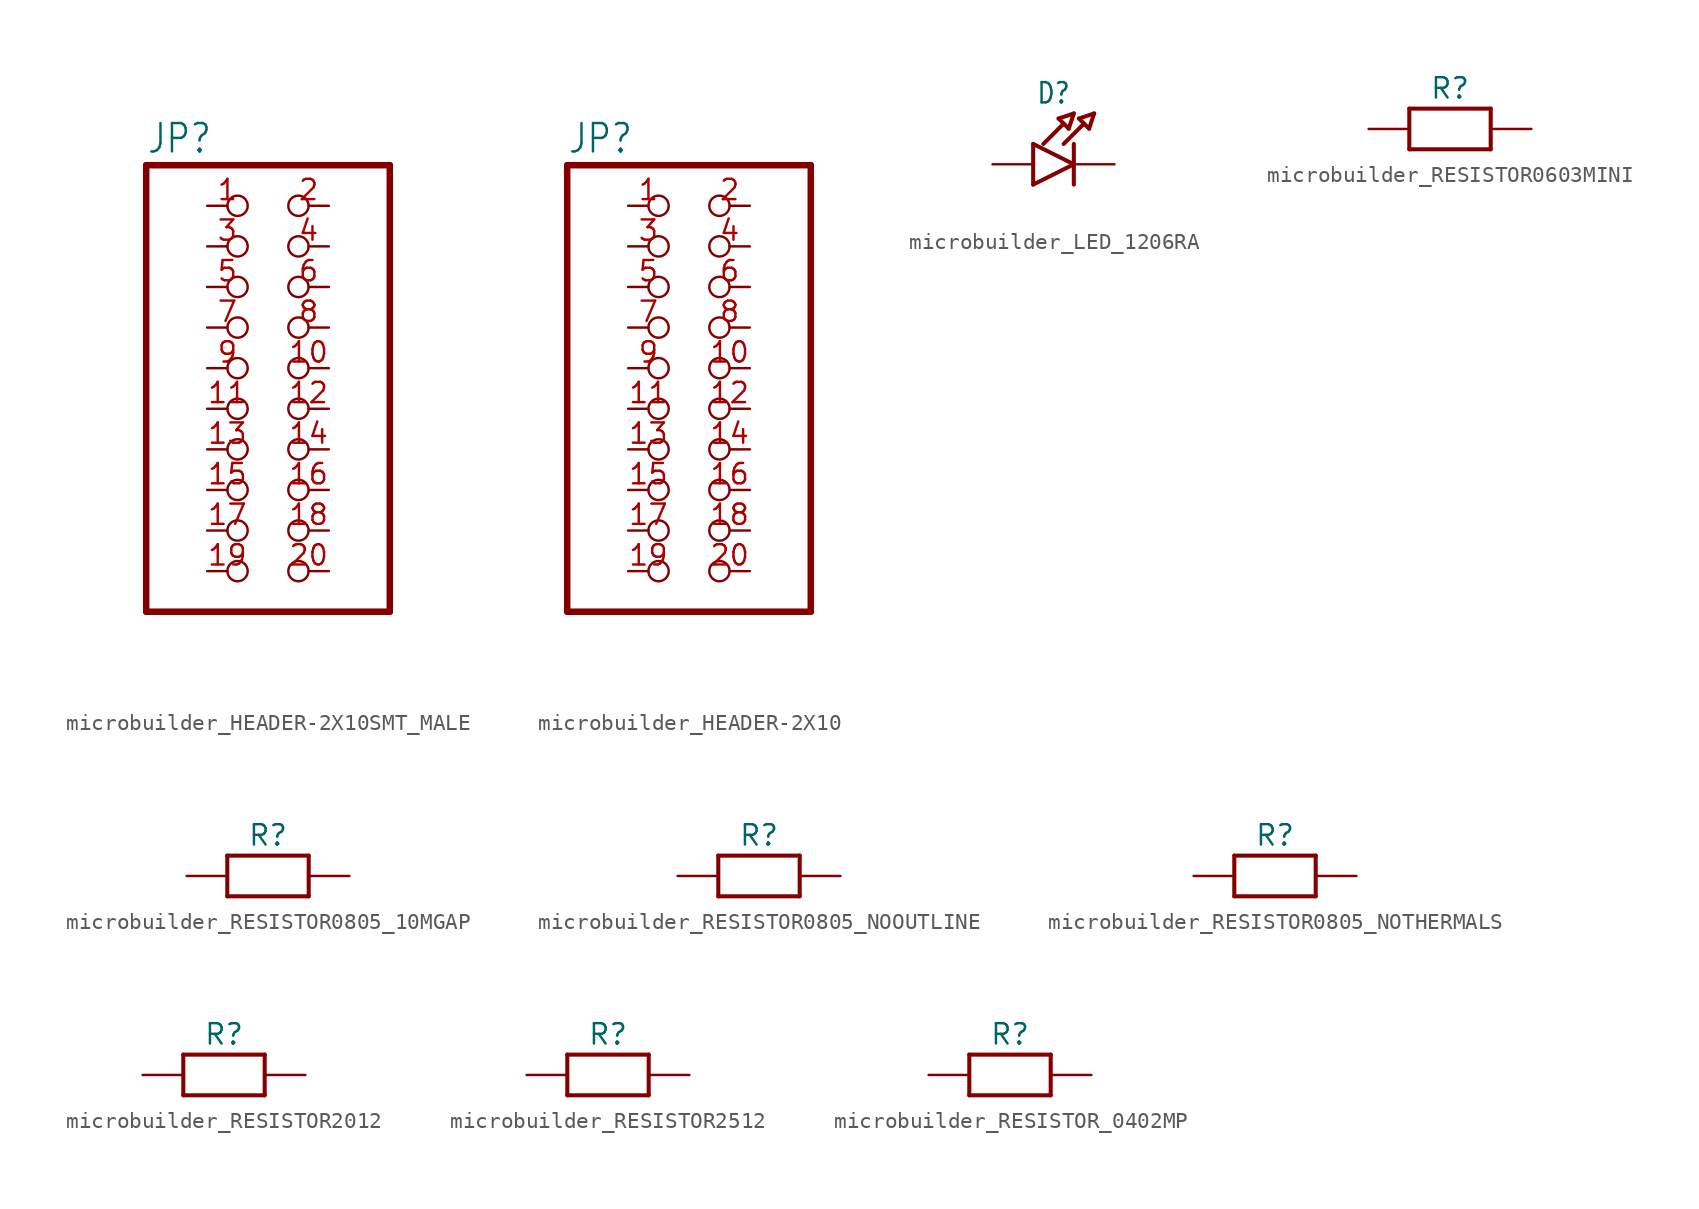
<source format=kicad_sym>
(kicad_symbol_lib
  (version 20231120)
  (generator "kicad_symbol_editor")
  (generator_version "8.0")
  (symbol "microbuilder_HEADER-2X10SMT_MALE"
    (property "Reference" "JP"
      (at -6.35 13.335 0)
      (effects (font (size 1.778 1.511)) (justify left bottom)))
    (property "Value" ""
      (at -6.35 -17.78 0)
      (effects (font (size 1.778 1.511)) (justify left bottom)))
    (property "ki_locked" ""
      (at 0 0 0)
      (effects (font (size 1.27 1.27))))
    (symbol "microbuilder_HEADER-2X10SMT_MALE_1_0"
      (polyline (pts (xy -6.35 -15.24) (xy 8.89 -15.24)) (stroke (width 0.406) (type solid)) (fill (type none)))
      (polyline (pts (xy -6.35 12.7) (xy -6.35 -15.24)) (stroke (width 0.406) (type solid)) (fill (type none)))
      (polyline (pts (xy 8.89 -15.24) (xy 8.89 12.7)) (stroke (width 0.406) (type solid)) (fill (type none)))
      (polyline (pts (xy 8.89 12.7) (xy -6.35 12.7)) (stroke (width 0.406) (type solid)) (fill (type none)))
      (pin passive inverted (at -2.54 10.16 0) (length 2.54) (name "1" (effects (font (size 0 0)))) (number "1" (effects (font (size 1.27 1.27)))))
      (pin passive inverted (at 5.08 0 180) (length 2.54) (name "10" (effects (font (size 0 0)))) (number "10" (effects (font (size 1.27 1.27)))))
      (pin passive inverted (at -2.54 -2.54 0) (length 2.54) (name "11" (effects (font (size 0 0)))) (number "11" (effects (font (size 1.27 1.27)))))
      (pin passive inverted (at 5.08 -2.54 180) (length 2.54) (name "12" (effects (font (size 0 0)))) (number "12" (effects (font (size 1.27 1.27)))))
      (pin passive inverted (at -2.54 -5.08 0) (length 2.54) (name "13" (effects (font (size 0 0)))) (number "13" (effects (font (size 1.27 1.27)))))
      (pin passive inverted (at 5.08 -5.08 180) (length 2.54) (name "14" (effects (font (size 0 0)))) (number "14" (effects (font (size 1.27 1.27)))))
      (pin passive inverted (at -2.54 -7.62 0) (length 2.54) (name "15" (effects (font (size 0 0)))) (number "15" (effects (font (size 1.27 1.27)))))
      (pin passive inverted (at 5.08 -7.62 180) (length 2.54) (name "16" (effects (font (size 0 0)))) (number "16" (effects (font (size 1.27 1.27)))))
      (pin passive inverted (at -2.54 -10.16 0) (length 2.54) (name "17" (effects (font (size 0 0)))) (number "17" (effects (font (size 1.27 1.27)))))
      (pin passive inverted (at 5.08 -10.16 180) (length 2.54) (name "18" (effects (font (size 0 0)))) (number "18" (effects (font (size 1.27 1.27)))))
      (pin passive inverted (at -2.54 -12.7 0) (length 2.54) (name "19" (effects (font (size 0 0)))) (number "19" (effects (font (size 1.27 1.27)))))
      (pin passive inverted (at 5.08 10.16 180) (length 2.54) (name "2" (effects (font (size 0 0)))) (number "2" (effects (font (size 1.27 1.27)))))
      (pin passive inverted (at 5.08 -12.7 180) (length 2.54) (name "20" (effects (font (size 0 0)))) (number "20" (effects (font (size 1.27 1.27)))))
      (pin passive inverted (at -2.54 7.62 0) (length 2.54) (name "3" (effects (font (size 0 0)))) (number "3" (effects (font (size 1.27 1.27)))))
      (pin passive inverted (at 5.08 7.62 180) (length 2.54) (name "4" (effects (font (size 0 0)))) (number "4" (effects (font (size 1.27 1.27)))))
      (pin passive inverted (at -2.54 5.08 0) (length 2.54) (name "5" (effects (font (size 0 0)))) (number "5" (effects (font (size 1.27 1.27)))))
      (pin passive inverted (at 5.08 5.08 180) (length 2.54) (name "6" (effects (font (size 0 0)))) (number "6" (effects (font (size 1.27 1.27)))))
      (pin passive inverted (at -2.54 2.54 0) (length 2.54) (name "7" (effects (font (size 0 0)))) (number "7" (effects (font (size 1.27 1.27)))))
      (pin passive inverted (at 5.08 2.54 180) (length 2.54) (name "8" (effects (font (size 0 0)))) (number "8" (effects (font (size 1.27 1.27)))))
      (pin passive inverted (at -2.54 0 0) (length 2.54) (name "9" (effects (font (size 0 0)))) (number "9" (effects (font (size 1.27 1.27)))))))
  (symbol "microbuilder_HEADER-2X10"
    (property "Reference" "JP"
      (at -6.35 13.335 0)
      (effects (font (size 1.778 1.511)) (justify left bottom)))
    (property "Value" ""
      (at -6.35 -17.78 0)
      (effects (font (size 1.778 1.511)) (justify left bottom)))
    (property "ki_locked" ""
      (at 0 0 0)
      (effects (font (size 1.27 1.27))))
    (symbol "microbuilder_HEADER-2X10_1_0"
      (polyline (pts (xy -6.35 -15.24) (xy 8.89 -15.24)) (stroke (width 0.406) (type solid)) (fill (type none)))
      (polyline (pts (xy -6.35 12.7) (xy -6.35 -15.24)) (stroke (width 0.406) (type solid)) (fill (type none)))
      (polyline (pts (xy 8.89 -15.24) (xy 8.89 12.7)) (stroke (width 0.406) (type solid)) (fill (type none)))
      (polyline (pts (xy 8.89 12.7) (xy -6.35 12.7)) (stroke (width 0.406) (type solid)) (fill (type none)))
      (pin passive inverted (at -2.54 10.16 0) (length 2.54) (name "1" (effects (font (size 0 0)))) (number "1" (effects (font (size 1.27 1.27)))))
      (pin passive inverted (at 5.08 0 180) (length 2.54) (name "10" (effects (font (size 0 0)))) (number "10" (effects (font (size 1.27 1.27)))))
      (pin passive inverted (at -2.54 -2.54 0) (length 2.54) (name "11" (effects (font (size 0 0)))) (number "11" (effects (font (size 1.27 1.27)))))
      (pin passive inverted (at 5.08 -2.54 180) (length 2.54) (name "12" (effects (font (size 0 0)))) (number "12" (effects (font (size 1.27 1.27)))))
      (pin passive inverted (at -2.54 -5.08 0) (length 2.54) (name "13" (effects (font (size 0 0)))) (number "13" (effects (font (size 1.27 1.27)))))
      (pin passive inverted (at 5.08 -5.08 180) (length 2.54) (name "14" (effects (font (size 0 0)))) (number "14" (effects (font (size 1.27 1.27)))))
      (pin passive inverted (at -2.54 -7.62 0) (length 2.54) (name "15" (effects (font (size 0 0)))) (number "15" (effects (font (size 1.27 1.27)))))
      (pin passive inverted (at 5.08 -7.62 180) (length 2.54) (name "16" (effects (font (size 0 0)))) (number "16" (effects (font (size 1.27 1.27)))))
      (pin passive inverted (at -2.54 -10.16 0) (length 2.54) (name "17" (effects (font (size 0 0)))) (number "17" (effects (font (size 1.27 1.27)))))
      (pin passive inverted (at 5.08 -10.16 180) (length 2.54) (name "18" (effects (font (size 0 0)))) (number "18" (effects (font (size 1.27 1.27)))))
      (pin passive inverted (at -2.54 -12.7 0) (length 2.54) (name "19" (effects (font (size 0 0)))) (number "19" (effects (font (size 1.27 1.27)))))
      (pin passive inverted (at 5.08 10.16 180) (length 2.54) (name "2" (effects (font (size 0 0)))) (number "2" (effects (font (size 1.27 1.27)))))
      (pin passive inverted (at 5.08 -12.7 180) (length 2.54) (name "20" (effects (font (size 0 0)))) (number "20" (effects (font (size 1.27 1.27)))))
      (pin passive inverted (at -2.54 7.62 0) (length 2.54) (name "3" (effects (font (size 0 0)))) (number "3" (effects (font (size 1.27 1.27)))))
      (pin passive inverted (at 5.08 7.62 180) (length 2.54) (name "4" (effects (font (size 0 0)))) (number "4" (effects (font (size 1.27 1.27)))))
      (pin passive inverted (at -2.54 5.08 0) (length 2.54) (name "5" (effects (font (size 0 0)))) (number "5" (effects (font (size 1.27 1.27)))))
      (pin passive inverted (at 5.08 5.08 180) (length 2.54) (name "6" (effects (font (size 0 0)))) (number "6" (effects (font (size 1.27 1.27)))))
      (pin passive inverted (at -2.54 2.54 0) (length 2.54) (name "7" (effects (font (size 0 0)))) (number "7" (effects (font (size 1.27 1.27)))))
      (pin passive inverted (at 5.08 2.54 180) (length 2.54) (name "8" (effects (font (size 0 0)))) (number "8" (effects (font (size 1.27 1.27)))))
      (pin passive inverted (at -2.54 0 0) (length 2.54) (name "9" (effects (font (size 0 0)))) (number "9" (effects (font (size 1.27 1.27)))))))
  (symbol "microbuilder_LED_1206RA"
    (property "Reference" "D"
      (at -1.27 4.445 0)
      (effects (font (size 1.27 1.079))))
    (property "Value" ""
      (at -1.27 -2.794 0)
      (effects (font (size 1.27 1.079))))
    (property "ki_locked" ""
      (at 0 0 0)
      (effects (font (size 1.27 1.27))))
    (symbol "microbuilder_LED_1206RA_1_0"
      (polyline (pts (xy -2.54 -1.27) (xy 0 0)) (stroke (width 0.254) (type solid)) (fill (type none)))
      (polyline (pts (xy -2.54 1.27) (xy -2.54 -1.27)) (stroke (width 0.254) (type solid)) (fill (type none)))
      (polyline (pts (xy -1.905 1.27) (xy -0.635 2.54)) (stroke (width 0.254) (type solid)) (fill (type none)))
      (polyline (pts (xy -0.953 2.857) (xy -0.318 2.223)) (stroke (width 0.254) (type solid)) (fill (type none)))
      (polyline (pts (xy -0.635 1.27) (xy 0.635 2.54)) (stroke (width 0.254) (type solid)) (fill (type none)))
      (polyline (pts (xy -0.318 2.223) (xy 0 3.175)) (stroke (width 0.254) (type solid)) (fill (type none)))
      (polyline (pts (xy 0 0) (xy -2.54 1.27)) (stroke (width 0.254) (type solid)) (fill (type none)))
      (polyline (pts (xy 0 0) (xy 0 -1.27)) (stroke (width 0.254) (type solid)) (fill (type none)))
      (polyline (pts (xy 0 1.27) (xy 0 0)) (stroke (width 0.254) (type solid)) (fill (type none)))
      (polyline (pts (xy 0 3.175) (xy -0.953 2.857)) (stroke (width 0.254) (type solid)) (fill (type none)))
      (polyline (pts (xy 0.318 2.857) (xy 0.953 2.223)) (stroke (width 0.254) (type solid)) (fill (type none)))
      (polyline (pts (xy 0.953 2.223) (xy 1.27 3.175)) (stroke (width 0.254) (type solid)) (fill (type none)))
      (polyline (pts (xy 1.27 3.175) (xy 0.318 2.857)) (stroke (width 0.254) (type solid)) (fill (type none)))
      (pin passive line (at -5.08 0 0) (length 2.54) (name "A" (effects (font (size 0 0)))) (number "A" (effects (font (size 0 0)))))
      (pin passive line (at 2.54 0 180) (length 2.54) (name "C" (effects (font (size 0 0)))) (number "C" (effects (font (size 0 0)))))))
  (symbol "microbuilder_RESISTOR0603MINI"
    (property "Reference" "R"
      (at 0 2.54 0)
      (effects (font (size 1.27 1.27))))
    (property "Value" ""
      (at 0 0 0)
      (effects (font (size 1.016 1.016) (thickness 0.203) (bold yes))))
    (property "ki_locked" ""
      (at 0 0 0)
      (effects (font (size 1.27 1.27))))
    (symbol "microbuilder_RESISTOR0603MINI_1_0"
      (polyline (pts (xy -2.54 -1.27) (xy -2.54 1.27)) (stroke (width 0.254) (type solid)) (fill (type none)))
      (polyline (pts (xy -2.54 1.27) (xy 2.54 1.27)) (stroke (width 0.254) (type solid)) (fill (type none)))
      (polyline (pts (xy 2.54 -1.27) (xy -2.54 -1.27)) (stroke (width 0.254) (type solid)) (fill (type none)))
      (polyline (pts (xy 2.54 1.27) (xy 2.54 -1.27)) (stroke (width 0.254) (type solid)) (fill (type none)))
      (pin passive line (at -5.08 0 0) (length 2.54) (name "1" (effects (font (size 0 0)))) (number "1" (effects (font (size 0 0)))))
      (pin passive line (at 5.08 0 180) (length 2.54) (name "2" (effects (font (size 0 0)))) (number "2" (effects (font (size 0 0)))))))
  (symbol "microbuilder_RESISTOR0805_10MGAP"
    (property "Reference" "R"
      (at 0 2.54 0)
      (effects (font (size 1.27 1.27))))
    (property "Value" ""
      (at 0 0 0)
      (effects (font (size 1.016 1.016) (thickness 0.203) (bold yes))))
    (property "ki_locked" ""
      (at 0 0 0)
      (effects (font (size 1.27 1.27))))
    (symbol "microbuilder_RESISTOR0805_10MGAP_1_0"
      (polyline (pts (xy -2.54 -1.27) (xy -2.54 1.27)) (stroke (width 0.254) (type solid)) (fill (type none)))
      (polyline (pts (xy -2.54 1.27) (xy 2.54 1.27)) (stroke (width 0.254) (type solid)) (fill (type none)))
      (polyline (pts (xy 2.54 -1.27) (xy -2.54 -1.27)) (stroke (width 0.254) (type solid)) (fill (type none)))
      (polyline (pts (xy 2.54 1.27) (xy 2.54 -1.27)) (stroke (width 0.254) (type solid)) (fill (type none)))
      (pin passive line (at -5.08 0 0) (length 2.54) (name "1" (effects (font (size 0 0)))) (number "1" (effects (font (size 0 0)))))
      (pin passive line (at 5.08 0 180) (length 2.54) (name "2" (effects (font (size 0 0)))) (number "2" (effects (font (size 0 0)))))))
  (symbol "microbuilder_RESISTOR0805_NOOUTLINE"
    (property "Reference" "R"
      (at 0 2.54 0)
      (effects (font (size 1.27 1.27))))
    (property "Value" ""
      (at 0 0 0)
      (effects (font (size 1.016 1.016) (thickness 0.203) (bold yes))))
    (property "ki_locked" ""
      (at 0 0 0)
      (effects (font (size 1.27 1.27))))
    (symbol "microbuilder_RESISTOR0805_NOOUTLINE_1_0"
      (polyline (pts (xy -2.54 -1.27) (xy -2.54 1.27)) (stroke (width 0.254) (type solid)) (fill (type none)))
      (polyline (pts (xy -2.54 1.27) (xy 2.54 1.27)) (stroke (width 0.254) (type solid)) (fill (type none)))
      (polyline (pts (xy 2.54 -1.27) (xy -2.54 -1.27)) (stroke (width 0.254) (type solid)) (fill (type none)))
      (polyline (pts (xy 2.54 1.27) (xy 2.54 -1.27)) (stroke (width 0.254) (type solid)) (fill (type none)))
      (pin passive line (at -5.08 0 0) (length 2.54) (name "1" (effects (font (size 0 0)))) (number "1" (effects (font (size 0 0)))))
      (pin passive line (at 5.08 0 180) (length 2.54) (name "2" (effects (font (size 0 0)))) (number "2" (effects (font (size 0 0)))))))
  (symbol "microbuilder_RESISTOR0805_NOTHERMALS"
    (property "Reference" "R"
      (at 0 2.54 0)
      (effects (font (size 1.27 1.27))))
    (property "Value" ""
      (at 0 0 0)
      (effects (font (size 1.016 1.016) (thickness 0.203) (bold yes))))
    (property "ki_locked" ""
      (at 0 0 0)
      (effects (font (size 1.27 1.27))))
    (symbol "microbuilder_RESISTOR0805_NOTHERMALS_1_0"
      (polyline (pts (xy -2.54 -1.27) (xy -2.54 1.27)) (stroke (width 0.254) (type solid)) (fill (type none)))
      (polyline (pts (xy -2.54 1.27) (xy 2.54 1.27)) (stroke (width 0.254) (type solid)) (fill (type none)))
      (polyline (pts (xy 2.54 -1.27) (xy -2.54 -1.27)) (stroke (width 0.254) (type solid)) (fill (type none)))
      (polyline (pts (xy 2.54 1.27) (xy 2.54 -1.27)) (stroke (width 0.254) (type solid)) (fill (type none)))
      (pin passive line (at -5.08 0 0) (length 2.54) (name "1" (effects (font (size 0 0)))) (number "1" (effects (font (size 0 0)))))
      (pin passive line (at 5.08 0 180) (length 2.54) (name "2" (effects (font (size 0 0)))) (number "2" (effects (font (size 0 0)))))))
  (symbol "microbuilder_RESISTOR2012"
    (property "Reference" "R"
      (at 0 2.54 0)
      (effects (font (size 1.27 1.27))))
    (property "Value" ""
      (at 0 0 0)
      (effects (font (size 1.016 1.016) (thickness 0.203) (bold yes))))
    (property "ki_locked" ""
      (at 0 0 0)
      (effects (font (size 1.27 1.27))))
    (symbol "microbuilder_RESISTOR2012_1_0"
      (polyline (pts (xy -2.54 -1.27) (xy -2.54 1.27)) (stroke (width 0.254) (type solid)) (fill (type none)))
      (polyline (pts (xy -2.54 1.27) (xy 2.54 1.27)) (stroke (width 0.254) (type solid)) (fill (type none)))
      (polyline (pts (xy 2.54 -1.27) (xy -2.54 -1.27)) (stroke (width 0.254) (type solid)) (fill (type none)))
      (polyline (pts (xy 2.54 1.27) (xy 2.54 -1.27)) (stroke (width 0.254) (type solid)) (fill (type none)))
      (pin passive line (at -5.08 0 0) (length 2.54) (name "1" (effects (font (size 0 0)))) (number "1" (effects (font (size 0 0)))))
      (pin passive line (at 5.08 0 180) (length 2.54) (name "2" (effects (font (size 0 0)))) (number "2" (effects (font (size 0 0)))))))
  (symbol "microbuilder_RESISTOR2512"
    (property "Reference" "R"
      (at 0 2.54 0)
      (effects (font (size 1.27 1.27))))
    (property "Value" ""
      (at 0 0 0)
      (effects (font (size 1.016 1.016) (thickness 0.203) (bold yes))))
    (property "ki_locked" ""
      (at 0 0 0)
      (effects (font (size 1.27 1.27))))
    (symbol "microbuilder_RESISTOR2512_1_0"
      (polyline (pts (xy -2.54 -1.27) (xy -2.54 1.27)) (stroke (width 0.254) (type solid)) (fill (type none)))
      (polyline (pts (xy -2.54 1.27) (xy 2.54 1.27)) (stroke (width 0.254) (type solid)) (fill (type none)))
      (polyline (pts (xy 2.54 -1.27) (xy -2.54 -1.27)) (stroke (width 0.254) (type solid)) (fill (type none)))
      (polyline (pts (xy 2.54 1.27) (xy 2.54 -1.27)) (stroke (width 0.254) (type solid)) (fill (type none)))
      (pin passive line (at -5.08 0 0) (length 2.54) (name "1" (effects (font (size 0 0)))) (number "1" (effects (font (size 0 0)))))
      (pin passive line (at 5.08 0 180) (length 2.54) (name "2" (effects (font (size 0 0)))) (number "2" (effects (font (size 0 0)))))))
  (symbol "microbuilder_RESISTOR_0402MP"
    (property "Reference" "R"
      (at 0 2.54 0)
      (effects (font (size 1.27 1.27))))
    (property "Value" ""
      (at 0 0 0)
      (effects (font (size 1.016 1.016) (thickness 0.203) (bold yes))))
    (property "ki_locked" ""
      (at 0 0 0)
      (effects (font (size 1.27 1.27))))
    (symbol "microbuilder_RESISTOR_0402MP_1_0"
      (polyline (pts (xy -2.54 -1.27) (xy -2.54 1.27)) (stroke (width 0.254) (type solid)) (fill (type none)))
      (polyline (pts (xy -2.54 1.27) (xy 2.54 1.27)) (stroke (width 0.254) (type solid)) (fill (type none)))
      (polyline (pts (xy 2.54 -1.27) (xy -2.54 -1.27)) (stroke (width 0.254) (type solid)) (fill (type none)))
      (polyline (pts (xy 2.54 1.27) (xy 2.54 -1.27)) (stroke (width 0.254) (type solid)) (fill (type none)))
      (pin passive line (at -5.08 0 0) (length 2.54) (name "1" (effects (font (size 0 0)))) (number "1" (effects (font (size 0 0)))))
      (pin passive line (at 5.08 0 180) (length 2.54) (name "2" (effects (font (size 0 0)))) (number "2" (effects (font (size 0 0))))))))
</source>
